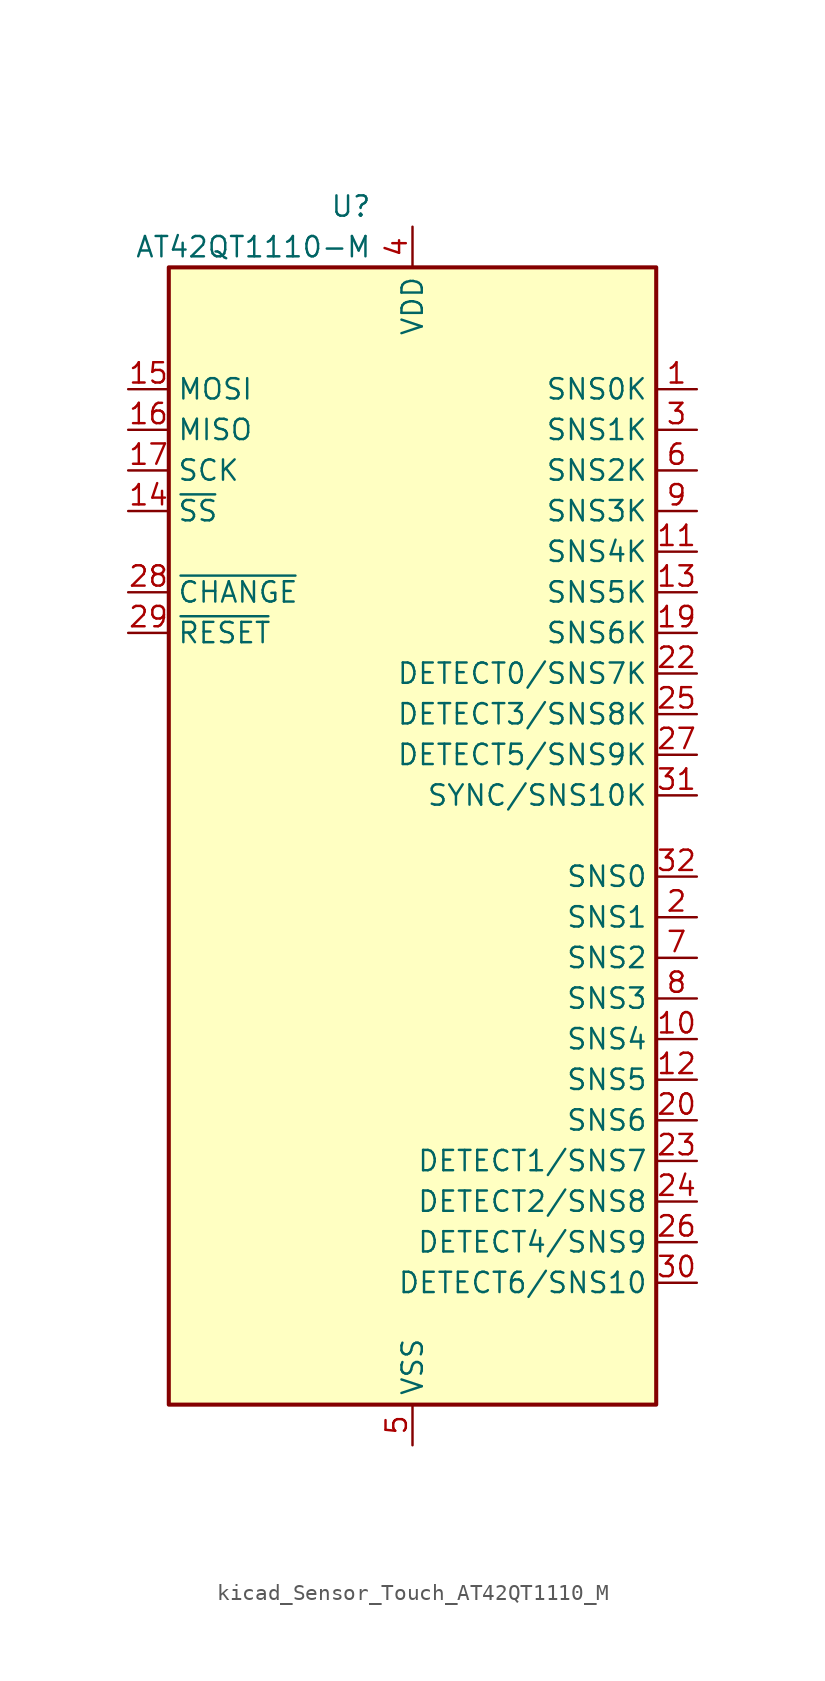
<source format=kicad_sym>
(kicad_symbol_lib
  (version 20220914)
  (generator kicad_symbol_editor)
  (symbol "kicad_Sensor_Touch_AT42QT1110_M"
    (property "Reference" "U"
      (at -2.54 39.37 0)
      (effects (font (size 1.27 1.27)) (justify right)))
    (property "Value" "AT42QT1110-M"
      (at -2.54 36.83 0)
      (effects (font (size 1.27 1.27)) (justify right)))
    (symbol "kicad_Sensor_Touch_AT42QT1110_M_0_1"
      (rectangle (start -15.24 35.56) (end 15.24 -35.56) (stroke (width 0.254) (type default)) (fill (type background))))
    (symbol "kicad_Sensor_Touch_AT42QT1110_M_1_1"
      (pin passive line (at 17.78 27.94 180) (length 2.54) (name "SNS0K" (effects (font (size 1.27 1.27)))) (number "1" (effects (font (size 1.27 1.27)))))
      (pin passive line (at 17.78 -12.7 180) (length 2.54) (name "SNS4" (effects (font (size 1.27 1.27)))) (number "10" (effects (font (size 1.27 1.27)))))
      (pin passive line (at 17.78 17.78 180) (length 2.54) (name "SNS4K" (effects (font (size 1.27 1.27)))) (number "11" (effects (font (size 1.27 1.27)))))
      (pin passive line (at 17.78 -15.24 180) (length 2.54) (name "SNS5" (effects (font (size 1.27 1.27)))) (number "12" (effects (font (size 1.27 1.27)))))
      (pin passive line (at 17.78 15.24 180) (length 2.54) (name "SNS5K" (effects (font (size 1.27 1.27)))) (number "13" (effects (font (size 1.27 1.27)))))
      (pin input line (at -17.78 20.32 0) (length 2.54) (name "~{SS}" (effects (font (size 1.27 1.27)))) (number "14" (effects (font (size 1.27 1.27)))))
      (pin input line (at -17.78 27.94 0) (length 2.54) (name "MOSI" (effects (font (size 1.27 1.27)))) (number "15" (effects (font (size 1.27 1.27)))))
      (pin output line (at -17.78 25.4 0) (length 2.54) (name "MISO" (effects (font (size 1.27 1.27)))) (number "16" (effects (font (size 1.27 1.27)))))
      (pin input line (at -17.78 22.86 0) (length 2.54) (name "SCK" (effects (font (size 1.27 1.27)))) (number "17" (effects (font (size 1.27 1.27)))))
      (pin passive line (at 0 38.1 270) (length 2.54) hide (name "VDD" (effects (font (size 1.27 1.27)))) (number "18" (effects (font (size 1.27 1.27)))))
      (pin passive line (at 17.78 12.7 180) (length 2.54) (name "SNS6K" (effects (font (size 1.27 1.27)))) (number "19" (effects (font (size 1.27 1.27)))))
      (pin passive line (at 17.78 -5.08 180) (length 2.54) (name "SNS1" (effects (font (size 1.27 1.27)))) (number "2" (effects (font (size 1.27 1.27)))))
      (pin passive line (at 17.78 -17.78 180) (length 2.54) (name "SNS6" (effects (font (size 1.27 1.27)))) (number "20" (effects (font (size 1.27 1.27)))))
      (pin passive line (at 0 -38.1 90) (length 2.54) hide (name "VSS" (effects (font (size 1.27 1.27)))) (number "21" (effects (font (size 1.27 1.27)))))
      (pin bidirectional line (at 17.78 10.16 180) (length 2.54) (name "DETECT0/SNS7K" (effects (font (size 1.27 1.27)))) (number "22" (effects (font (size 1.27 1.27)))))
      (pin bidirectional line (at 17.78 -20.32 180) (length 2.54) (name "DETECT1/SNS7" (effects (font (size 1.27 1.27)))) (number "23" (effects (font (size 1.27 1.27)))))
      (pin bidirectional line (at 17.78 -22.86 180) (length 2.54) (name "DETECT2/SNS8" (effects (font (size 1.27 1.27)))) (number "24" (effects (font (size 1.27 1.27)))))
      (pin bidirectional line (at 17.78 7.62 180) (length 2.54) (name "DETECT3/SNS8K" (effects (font (size 1.27 1.27)))) (number "25" (effects (font (size 1.27 1.27)))))
      (pin bidirectional line (at 17.78 -25.4 180) (length 2.54) (name "DETECT4/SNS9" (effects (font (size 1.27 1.27)))) (number "26" (effects (font (size 1.27 1.27)))))
      (pin bidirectional line (at 17.78 5.08 180) (length 2.54) (name "DETECT5/SNS9K" (effects (font (size 1.27 1.27)))) (number "27" (effects (font (size 1.27 1.27)))))
      (pin open_collector line (at -17.78 15.24 0) (length 2.54) (name "~{CHANGE}" (effects (font (size 1.27 1.27)))) (number "28" (effects (font (size 1.27 1.27)))))
      (pin input line (at -17.78 12.7 0) (length 2.54) (name "~{RESET}" (effects (font (size 1.27 1.27)))) (number "29" (effects (font (size 1.27 1.27)))))
      (pin passive line (at 17.78 25.4 180) (length 2.54) (name "SNS1K" (effects (font (size 1.27 1.27)))) (number "3" (effects (font (size 1.27 1.27)))))
      (pin bidirectional line (at 17.78 -27.94 180) (length 2.54) (name "DETECT6/SNS10" (effects (font (size 1.27 1.27)))) (number "30" (effects (font (size 1.27 1.27)))))
      (pin bidirectional line (at 17.78 2.54 180) (length 2.54) (name "SYNC/SNS10K" (effects (font (size 1.27 1.27)))) (number "31" (effects (font (size 1.27 1.27)))))
      (pin passive line (at 17.78 -2.54 180) (length 2.54) (name "SNS0" (effects (font (size 1.27 1.27)))) (number "32" (effects (font (size 1.27 1.27)))))
      (pin passive line (at 0 -38.1 90) (length 2.54) hide (name "VSS" (effects (font (size 1.27 1.27)))) (number "33" (effects (font (size 1.27 1.27)))))
      (pin power_in line (at 0 38.1 270) (length 2.54) (name "VDD" (effects (font (size 1.27 1.27)))) (number "4" (effects (font (size 1.27 1.27)))))
      (pin power_in line (at 0 -38.1 90) (length 2.54) (name "VSS" (effects (font (size 1.27 1.27)))) (number "5" (effects (font (size 1.27 1.27)))))
      (pin passive line (at 17.78 22.86 180) (length 2.54) (name "SNS2K" (effects (font (size 1.27 1.27)))) (number "6" (effects (font (size 1.27 1.27)))))
      (pin passive line (at 17.78 -7.62 180) (length 2.54) (name "SNS2" (effects (font (size 1.27 1.27)))) (number "7" (effects (font (size 1.27 1.27)))))
      (pin passive line (at 17.78 -10.16 180) (length 2.54) (name "SNS3" (effects (font (size 1.27 1.27)))) (number "8" (effects (font (size 1.27 1.27)))))
      (pin passive line (at 17.78 20.32 180) (length 2.54) (name "SNS3K" (effects (font (size 1.27 1.27)))) (number "9" (effects (font (size 1.27 1.27))))))))
</source>
